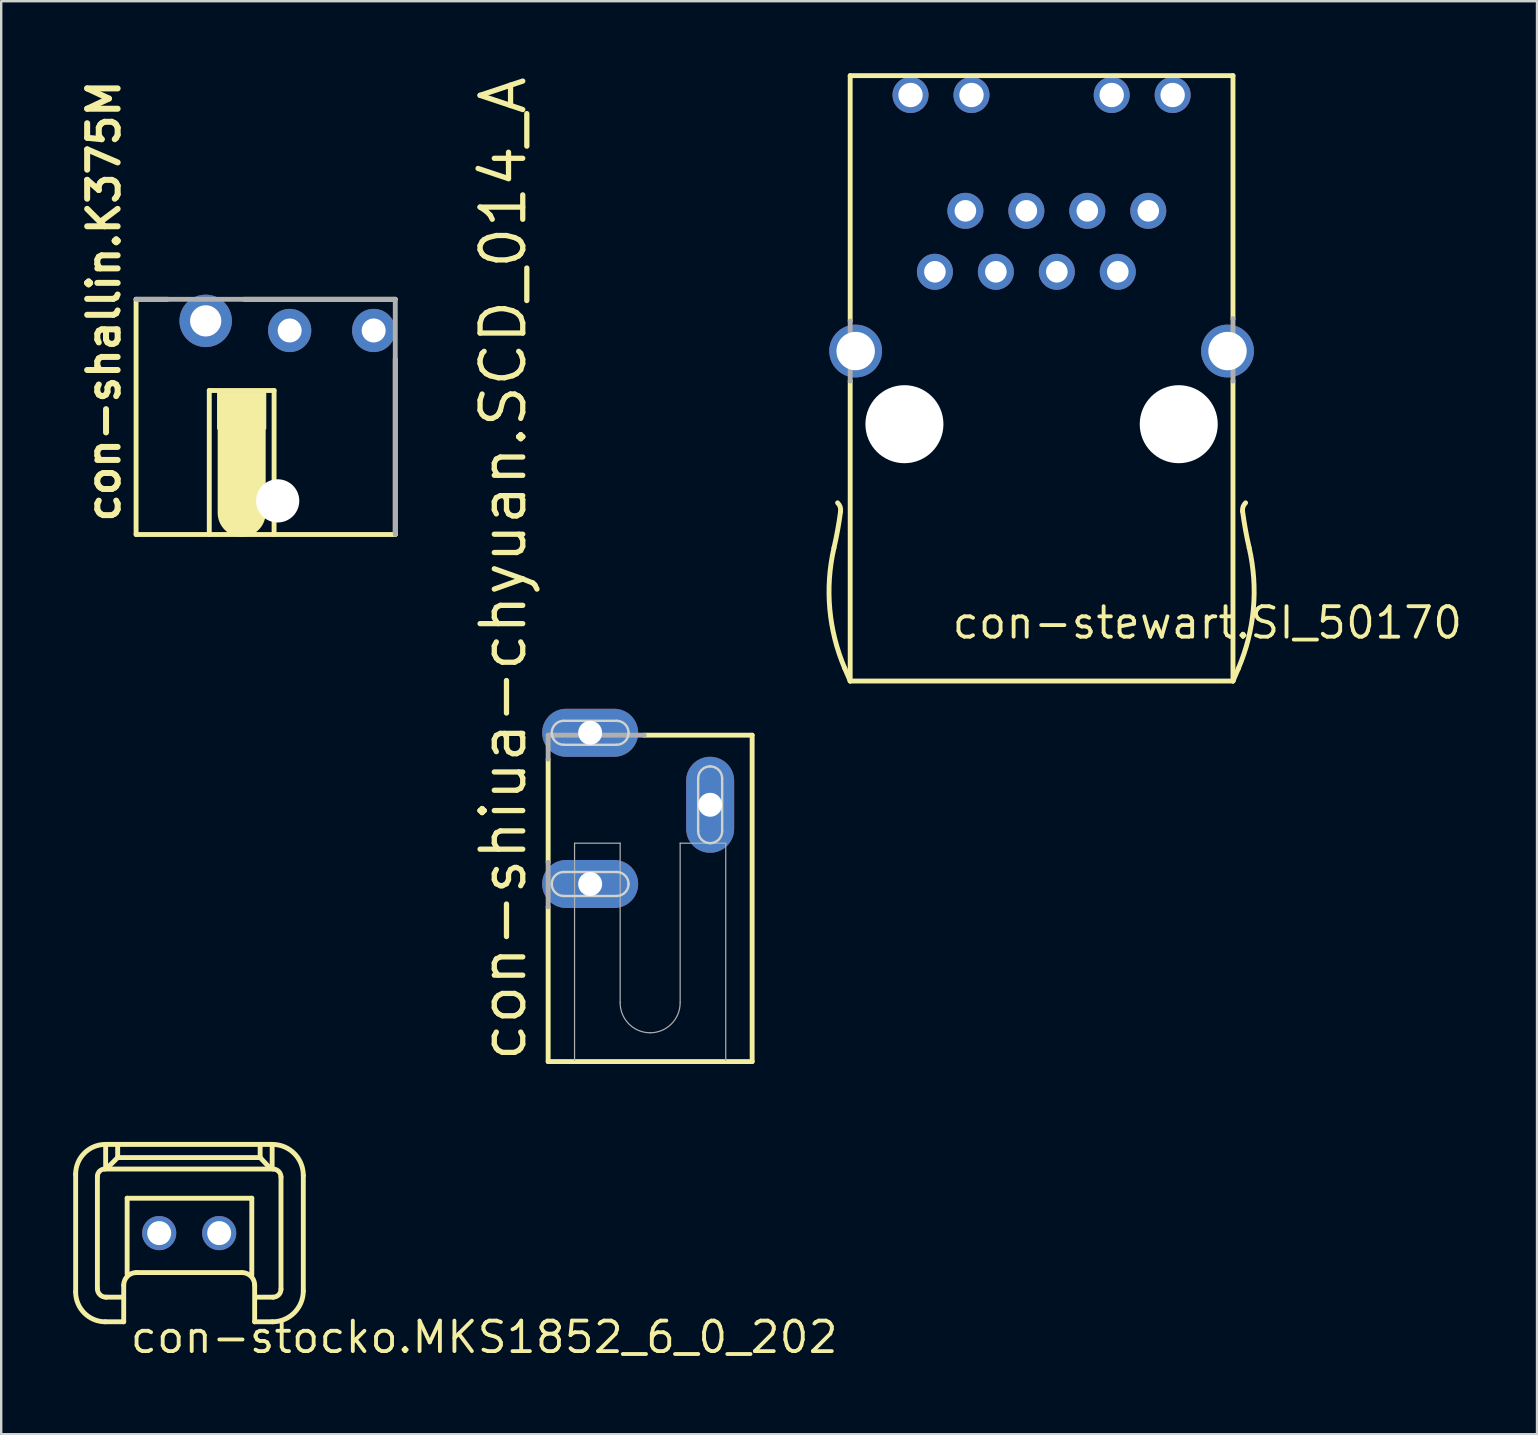
<source format=kicad_pcb>
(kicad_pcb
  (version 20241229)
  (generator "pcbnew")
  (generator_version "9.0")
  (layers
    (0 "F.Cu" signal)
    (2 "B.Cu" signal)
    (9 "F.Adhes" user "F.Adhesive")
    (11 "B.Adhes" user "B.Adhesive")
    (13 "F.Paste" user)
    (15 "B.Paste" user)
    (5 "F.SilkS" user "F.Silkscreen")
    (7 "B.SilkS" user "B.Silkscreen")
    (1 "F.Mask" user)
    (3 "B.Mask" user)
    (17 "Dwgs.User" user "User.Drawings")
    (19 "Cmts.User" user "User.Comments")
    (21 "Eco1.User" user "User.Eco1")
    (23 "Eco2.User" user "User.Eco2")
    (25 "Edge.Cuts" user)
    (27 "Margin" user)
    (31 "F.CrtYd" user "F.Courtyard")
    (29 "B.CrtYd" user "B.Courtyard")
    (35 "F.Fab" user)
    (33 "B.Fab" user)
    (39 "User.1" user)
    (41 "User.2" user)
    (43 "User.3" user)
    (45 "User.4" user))
  (footprint "con-stewart.SI_50170"
    (layer "F.Cu")
    (at 40.35 11.577)
    (property "Reference" "con-stewart.SI_50170" (at -3.81 12.065 0) (layer "F.SilkS") (effects (font (size 1.27 1.27) (thickness 0.16)) (justify left bottom)))
    (attr through_hole)
    (fp_line (start -7.975 -11.475) (end 7.975 -11.475) (stroke (width 0.203) (type default)) (layer "F.SilkS"))
    (fp_line (start -7.975 -1.25) (end -7.975 -11.475) (stroke (width 0.203) (type default)) (layer "F.SilkS"))
    (fp_line (start -7.975 13.75) (end -8.2 13.225) (stroke (width 0.203) (type default)) (layer "F.SilkS"))
    (fp_line (start -7.975 13.75) (end -7.975 1.25) (stroke (width 0.203) (type default)) (layer "F.SilkS"))
    (fp_line (start 7.975 -11.475) (end 7.975 -1.35) (stroke (width 0.203) (type default)) (layer "F.SilkS"))
    (fp_line (start 7.975 1.25) (end 7.975 13.75) (stroke (width 0.203) (type default)) (layer "F.SilkS"))
    (fp_line (start 7.975 13.75) (end -7.975 13.75) (stroke (width 0.203) (type default)) (layer "F.SilkS"))
    (fp_line (start 7.975 13.75) (end 8.2 13.225) (stroke (width 0.203) (type default)) (layer "F.SilkS"))
    (fp_arc (start -8.5 6.325) (mid -8.395272 6.484919) (end -8.375 6.675) (stroke (width 0.2032) (type default)) (layer "F.SilkS"))
    (fp_arc (start -8.375 6.675) (mid -8.49425 7.440791) (end -8.65 8.2) (stroke (width 0.2032) (type default)) (layer "F.SilkS"))
    (fp_arc (start -8.2 13.225) (mid -8.824769 10.7483) (end -8.65 8.2) (stroke (width 0.2032) (type default)) (layer "F.SilkS"))
    (fp_arc (start 8.375 6.675) (mid 8.395272 6.484919) (end 8.5 6.325) (stroke (width 0.2032) (type default)) (layer "F.SilkS"))
    (fp_arc (start 8.65 8.2) (mid 8.824769 10.7483) (end 8.2 13.225) (stroke (width 0.2032) (type default)) (layer "F.SilkS"))
    (fp_arc (start 8.65 8.2) (mid 8.49425 7.440791) (end 8.375 6.675) (stroke (width 0.2032) (type default)) (layer "F.SilkS"))
    (fp_line (start -7.975 1.25) (end -7.975 -1.25) (stroke (width 0.203) (type default)) (layer "F.Fab"))
    (fp_line (start 7.975 -1.35) (end 7.975 1.25) (stroke (width 0.203) (type default)) (layer "F.Fab"))
    (pad "" np_thru_hole circle (at -5.715 3.048) (size 3.251 3.251) (drill 3.251) (layers "*.Cu" "*.Mask"))
    (pad "" np_thru_hole circle (at 5.715 3.048) (size 3.251 3.251) (drill 3.251) (layers "*.Cu" "*.Mask"))
    (pad "1" thru_hole circle (at 4.445 -5.842) (size 1.5 1.5) (drill 0.9) (layers "*.Cu" "*.Mask"))
    (pad "2" thru_hole circle (at 3.175 -3.302) (size 1.5 1.5) (drill 0.9) (layers "*.Cu" "*.Mask"))
    (pad "3" thru_hole circle (at 1.905 -5.842) (size 1.5 1.5) (drill 0.9) (layers "*.Cu" "*.Mask"))
    (pad "4" thru_hole circle (at 0.635 -3.302) (size 1.5 1.5) (drill 0.9) (layers "*.Cu" "*.Mask"))
    (pad "5" thru_hole circle (at -0.635 -5.842) (size 1.5 1.5) (drill 0.9) (layers "*.Cu" "*.Mask"))
    (pad "6" thru_hole circle (at -1.905 -3.302) (size 1.5 1.5) (drill 0.9) (layers "*.Cu" "*.Mask"))
    (pad "7" thru_hole circle (at -3.175 -5.842) (size 1.5 1.5) (drill 0.9) (layers "*.Cu" "*.Mask"))
    (pad "8" thru_hole circle (at -4.445 -3.302) (size 1.5 1.5) (drill 0.9) (layers "*.Cu" "*.Mask"))
    (pad "A1" thru_hole circle (at -5.461 -10.668) (size 1.5 1.5) (drill 1.016) (layers "*.Cu" "*.Mask"))
    (pad "A2" thru_hole circle (at 2.921 -10.668) (size 1.5 1.5) (drill 1.016) (layers "*.Cu" "*.Mask"))
    (pad "C1" thru_hole circle (at -2.921 -10.668) (size 1.5 1.5) (drill 1.016) (layers "*.Cu" "*.Mask"))
    (pad "C2" thru_hole circle (at 5.461 -10.668) (size 1.5 1.5) (drill 1.016) (layers "*.Cu" "*.Mask"))
    (pad "S1" thru_hole circle (at -7.747 0) (size 2.2 2.2) (drill 1.6) (layers "*.Cu" "*.Mask"))
    (pad "S2" thru_hole circle (at 7.747 0) (size 2.2 2.2) (drill 1.6) (layers "*.Cu" "*.Mask")))
  (footprint "con-shiua-chyuan.SCD_014_A"
    (layer "F.Cu")
    (at 24.04 41.283)
    (property "Reference" "con-shiua-chyuan.SCD_014_A" (at -5.08 0 90) (layer "F.SilkS") (effects (font (size 1.778 1.778) (thickness 0.22)) (justify left bottom)))
    (attr through_hole)
    (fp_line (start -4.25 -12.7) (end -4.25 -8.4) (stroke (width 0.203) (type default)) (layer "F.SilkS"))
    (fp_line (start -4.25 -6.55) (end -4.25 -0.1) (stroke (width 0.203) (type default)) (layer "F.SilkS"))
    (fp_line (start -4.25 -0.1) (end 4.25 -0.1) (stroke (width 0.203) (type default)) (layer "F.SilkS"))
    (fp_line (start 4.25 -13.7) (end -0.25 -13.7) (stroke (width 0.203) (type default)) (layer "F.SilkS"))
    (fp_line (start 4.25 -0.1) (end 4.25 -13.7) (stroke (width 0.203) (type default)) (layer "F.SilkS"))
    (fp_line (start -3.6 -14.3) (end -1.4 -14.3) (stroke (width 0.1) (type default)) (layer "Edge.Cuts"))
    (fp_line (start -3.6 -8) (end -1.4 -8) (stroke (width 0.1) (type default)) (layer "Edge.Cuts"))
    (fp_line (start -1.4 -13.3) (end -3.6 -13.3) (stroke (width 0.1) (type default)) (layer "Edge.Cuts"))
    (fp_line (start -1.4 -7) (end -3.6 -7) (stroke (width 0.1) (type default)) (layer "Edge.Cuts"))
    (fp_line (start 2 -9.7) (end 2 -11.9) (stroke (width 0.1) (type default)) (layer "Edge.Cuts"))
    (fp_line (start 3 -11.9) (end 3 -9.7) (stroke (width 0.1) (type default)) (layer "Edge.Cuts"))
    (fp_arc (start -4.1 -13.8) (mid -3.953553 -14.153553) (end -3.6 -14.3) (stroke (width 0.1) (type default)) (layer "Edge.Cuts"))
    (fp_arc (start -4.1 -7.5) (mid -3.953553 -7.853553) (end -3.6 -8) (stroke (width 0.1) (type default)) (layer "Edge.Cuts"))
    (fp_arc (start -3.6 -13.3) (mid -3.953553 -13.446447) (end -4.1 -13.8) (stroke (width 0.1) (type default)) (layer "Edge.Cuts"))
    (fp_arc (start -3.6 -7) (mid -3.953553 -7.146447) (end -4.1 -7.5) (stroke (width 0.1) (type default)) (layer "Edge.Cuts"))
    (fp_arc (start -1.4 -14.3) (mid -1.046447 -14.153553) (end -0.9 -13.8) (stroke (width 0.1) (type default)) (layer "Edge.Cuts"))
    (fp_arc (start -1.4 -8) (mid -1.046447 -7.853553) (end -0.9 -7.5) (stroke (width 0.1) (type default)) (layer "Edge.Cuts"))
    (fp_arc (start -0.9 -13.8) (mid -1.046447 -13.446447) (end -1.4 -13.3) (stroke (width 0.1) (type default)) (layer "Edge.Cuts"))
    (fp_arc (start -0.9 -7.5) (mid -1.046447 -7.146447) (end -1.4 -7) (stroke (width 0.1) (type default)) (layer "Edge.Cuts"))
    (fp_arc (start 2 -11.9) (mid 2.146447 -12.253553) (end 2.5 -12.4) (stroke (width 0.1) (type default)) (layer "Edge.Cuts"))
    (fp_arc (start 2.5 -12.4) (mid 2.853553 -12.253553) (end 3 -11.9) (stroke (width 0.1) (type default)) (layer "Edge.Cuts"))
    (fp_arc (start 2.5 -9.2) (mid 2.146447 -9.346447) (end 2 -9.7) (stroke (width 0.1) (type default)) (layer "Edge.Cuts"))
    (fp_arc (start 3 -9.7) (mid 2.853553 -9.346447) (end 2.5 -9.2) (stroke (width 0.1) (type default)) (layer "Edge.Cuts"))
    (fp_line (start -4.25 -13.7) (end -4.25 -12.7) (stroke (width 0.203) (type default)) (layer "F.Fab"))
    (fp_line (start -4.25 -8.4) (end -4.25 -6.55) (stroke (width 0.203) (type default)) (layer "F.Fab"))
    (fp_line (start -3.15 -9.2) (end -3.15 -0.15) (stroke (width 0.05) (type default)) (layer "F.Fab"))
    (fp_line (start -3.15 -9.2) (end -1.25 -9.2) (stroke (width 0.05) (type default)) (layer "F.Fab"))
    (fp_line (start -1.25 -9.2) (end -1.25 -2.55) (stroke (width 0.05) (type default)) (layer "F.Fab"))
    (fp_line (start -0.25 -13.7) (end -4.25 -13.7) (stroke (width 0.203) (type default)) (layer "F.Fab"))
    (fp_line (start 1.25 -9.2) (end 3.15 -9.2) (stroke (width 0.05) (type default)) (layer "F.Fab"))
    (fp_line (start 1.25 -2.55) (end 1.25 -9.2) (stroke (width 0.05) (type default)) (layer "F.Fab"))
    (fp_line (start 3.15 -9.2) (end 3.15 -0.15) (stroke (width 0.05) (type default)) (layer "F.Fab"))
    (fp_arc (start 0 -1.3) (mid -0.883883 -1.666117) (end -1.25 -2.55) (stroke (width 0.05) (type default)) (layer "F.Fab"))
    (fp_arc (start 1.25 -2.55) (mid 0.883883 -1.666117) (end 0 -1.3) (stroke (width 0.05) (type default)) (layer "F.Fab"))
    (pad "1" thru_hole oval (at -2.5 -13.8) (size 4 2) (drill 1) (layers "*.Cu" "*.Mask"))
    (pad "2" thru_hole oval (at -2.5 -7.5) (size 4 2) (drill 1) (layers "*.Cu" "*.Mask"))
    (pad "3" thru_hole oval (at 2.5 -10.8 90) (size 4 2) (drill 1) (layers "*.Cu" "*.Mask")))
  (footprint "con-shallin.K375M"
    (layer "F.Cu")
    (at 9.02 11.82)
    (property "Reference" "con-shallin.K375M" (at -7 7 90) (layer "F.SilkS") (effects (font (size 1.27 1.27) (thickness 0.25)) (justify left bottom)))
    (attr through_hole)
    (fp_line (start -6.4 -2.4) (end -6.4 7.4) (stroke (width 0.203) (type default)) (layer "F.SilkS"))
    (fp_line (start -6.4 -2.4) (end -5.1 -2.4) (stroke (width 0.203) (type default)) (layer "F.SilkS"))
    (fp_line (start -6.4 7.4) (end 4.4 7.4) (stroke (width 0.203) (type default)) (layer "F.SilkS"))
    (fp_line (start -3.35 1.4) (end -0.65 1.4) (stroke (width 0.203) (type default)) (layer "F.SilkS"))
    (fp_line (start -3.35 7.4) (end -3.35 1.4) (stroke (width 0.203) (type default)) (layer "F.SilkS"))
    (fp_line (start -2 3) (end -2 6.5) (stroke (width 2) (type default)) (layer "F.SilkS"))
    (fp_line (start -1.9 -2.4) (end 4.4 -2.4) (stroke (width 0.203) (type default)) (layer "F.SilkS"))
    (fp_line (start -0.65 1.4) (end -0.65 7.4) (stroke (width 0.203) (type default)) (layer "F.SilkS"))
    (fp_line (start 4.4 0.1) (end 4.4 7.4) (stroke (width 0.203) (type default)) (layer "F.SilkS"))
    (fp_rect (start -3 3) (end -1 1.5) (stroke (width 0.05) (type default)) (fill yes) (layer "F.SilkS"))
    (fp_line (start -6.4 -2.4) (end 4.4 -2.4) (stroke (width 0.203) (type default)) (layer "F.Fab"))
    (fp_line (start 4.4 -2.4) (end 4.4 7.4) (stroke (width 0.203) (type default)) (layer "F.Fab"))
    (pad "" np_thru_hole circle (at -0.5 6) (size 1.8 1.8) (drill 1.8) (layers "*.Cu" "*.Mask"))
    (pad "1" thru_hole circle (at -3.5 -1.5) (size 2.184 2.184) (drill 1.3) (layers "*.Cu" "*.Mask"))
    (pad "2" thru_hole circle (at 3.5 -1.1) (size 1.8 1.8) (drill 1) (layers "*.Cu" "*.Mask"))
    (pad "3" thru_hole circle (at 0 -1.1) (size 1.8 1.8) (drill 1) (layers "*.Cu" "*.Mask")))
  (footprint "con-stocko.MKS1852_6_0_202"
    (layer "F.Cu")
    (at 4.833 48.33)
    (property "Reference" "con-stocko.MKS1852_6_0_202" (at -2.54 5.08 0) (layer "F.SilkS") (effects (font (size 1.27 1.27) (thickness 0.16)) (justify left bottom)))
    (attr through_hole)
    (fp_line (start -4.731 2.456) (end -4.731 -2.456) (stroke (width 0.203) (type default)) (layer "F.SilkS"))
    (fp_line (start -3.825 2.313) (end -3.825 -2.361) (stroke (width 0.203) (type default)) (layer "F.SilkS"))
    (fp_line (start -3.515 -2.67) (end 3.491 -2.67) (stroke (width 0.203) (type default)) (layer "F.SilkS"))
    (fp_line (start -3.491 -3.696) (end 3.467 -3.696) (stroke (width 0.203) (type default)) (layer "F.SilkS"))
    (fp_line (start -3.481 -3.648) (end -3.481 -2.742) (stroke (width 0.203) (type default)) (layer "F.SilkS"))
    (fp_line (start -3.004 -3.123) (end -3.386 -2.742) (stroke (width 0.203) (type default)) (layer "F.SilkS"))
    (fp_line (start -2.98 -3.147) (end -2.98 -3.624) (stroke (width 0.203) (type default)) (layer "F.SilkS"))
    (fp_line (start -2.752 2.67) (end -3.467 2.67) (stroke (width 0.203) (type default)) (layer "F.SilkS"))
    (fp_line (start -2.728 2.17) (end -2.728 3.695) (stroke (width 0.203) (type default)) (layer "F.SilkS"))
    (fp_line (start -2.728 3.695) (end -3.491 3.695) (stroke (width 0.203) (type default)) (layer "F.SilkS"))
    (fp_line (start -2.585 -1.454) (end 2.609 -1.454) (stroke (width 0.203) (type default)) (layer "F.SilkS"))
    (fp_line (start -2.585 1.716) (end -2.585 -1.454) (stroke (width 0.203) (type default)) (layer "F.SilkS"))
    (fp_line (start 2.204 1.645) (end -2.204 1.645) (stroke (width 0.203) (type default)) (layer "F.SilkS"))
    (fp_line (start 2.609 -1.454) (end 2.609 1.74) (stroke (width 0.203) (type default)) (layer "F.SilkS"))
    (fp_line (start 2.728 3.695) (end 2.728 2.17) (stroke (width 0.203) (type default)) (layer "F.SilkS"))
    (fp_line (start 2.956 -3.672) (end 2.956 -3.147) (stroke (width 0.203) (type default)) (layer "F.SilkS"))
    (fp_line (start 2.956 -3.147) (end -2.98 -3.147) (stroke (width 0.203) (type default)) (layer "F.SilkS"))
    (fp_line (start 2.98 -3.123) (end 3.314 -2.766) (stroke (width 0.203) (type default)) (layer "F.SilkS"))
    (fp_line (start 3.457 -3.624) (end 3.457 -2.742) (stroke (width 0.203) (type default)) (layer "F.SilkS"))
    (fp_line (start 3.467 3.695) (end 2.728 3.695) (stroke (width 0.203) (type default)) (layer "F.SilkS"))
    (fp_line (start 3.491 2.67) (end 2.824 2.67) (stroke (width 0.203) (type default)) (layer "F.SilkS"))
    (fp_line (start 3.825 -2.337) (end 3.825 2.336) (stroke (width 0.203) (type default)) (layer "F.SilkS"))
    (fp_line (start 4.755 -2.408) (end 4.755 2.408) (stroke (width 0.203) (type default)) (layer "F.SilkS"))
    (fp_arc (start -4.731 -2.4558) (mid -4.367871 -3.332471) (end -3.4912 -3.6956) (stroke (width 0.2032) (type default)) (layer "F.SilkS"))
    (fp_arc (start -3.825 -2.3605) (mid -3.734232 -2.579632) (end -3.5151 -2.6704) (stroke (width 0.2032) (type default)) (layer "F.SilkS"))
    (fp_arc (start -3.4912 3.6954) (mid -4.367871 3.332271) (end -4.731 2.4556) (stroke (width 0.2032) (type default)) (layer "F.SilkS"))
    (fp_arc (start -3.4674 2.6702) (mid -3.720261 2.565461) (end -3.825 2.3126) (stroke (width 0.2032) (type default)) (layer "F.SilkS"))
    (fp_arc (start -2.7283 2.1695) (mid -2.574678 1.798622) (end -2.2038 1.645) (stroke (width 0.2032) (type default)) (layer "F.SilkS"))
    (fp_arc (start 2.2036 1.645) (mid 2.574478 1.798622) (end 2.7281 2.1695) (stroke (width 0.2032) (type default)) (layer "F.SilkS"))
    (fp_arc (start 3.4672 -3.6956) (mid 4.3776 -3.3185) (end 4.7547 -2.4081) (stroke (width 0.2032) (type default)) (layer "F.SilkS"))
    (fp_arc (start 3.4911 -2.6704) (mid 3.727132 -2.572632) (end 3.8249 -2.3366) (stroke (width 0.2032) (type default)) (layer "F.SilkS"))
    (fp_arc (start 3.8249 2.3364) (mid 3.727132 2.572432) (end 3.4911 2.6702) (stroke (width 0.2032) (type default)) (layer "F.SilkS"))
    (fp_arc (start 4.7547 2.4079) (mid 4.3776 3.3183) (end 3.4672 3.6954) (stroke (width 0.2032) (type default)) (layer "F.SilkS"))
    (pad "1" thru_hole circle (at -1.25 0) (size 1.422 1.422) (drill 1) (layers "*.Cu" "*.Mask"))
    (pad "2" thru_hole circle (at 1.25 0) (size 1.422 1.422) (drill 1) (layers "*.Cu" "*.Mask")))
  (gr_rect
    (start -3 -3)
    (end 60.993 56.708)
    (stroke (width 0.1) (type default))
    (fill no)
    (layer "Edge.Cuts")))
</source>
